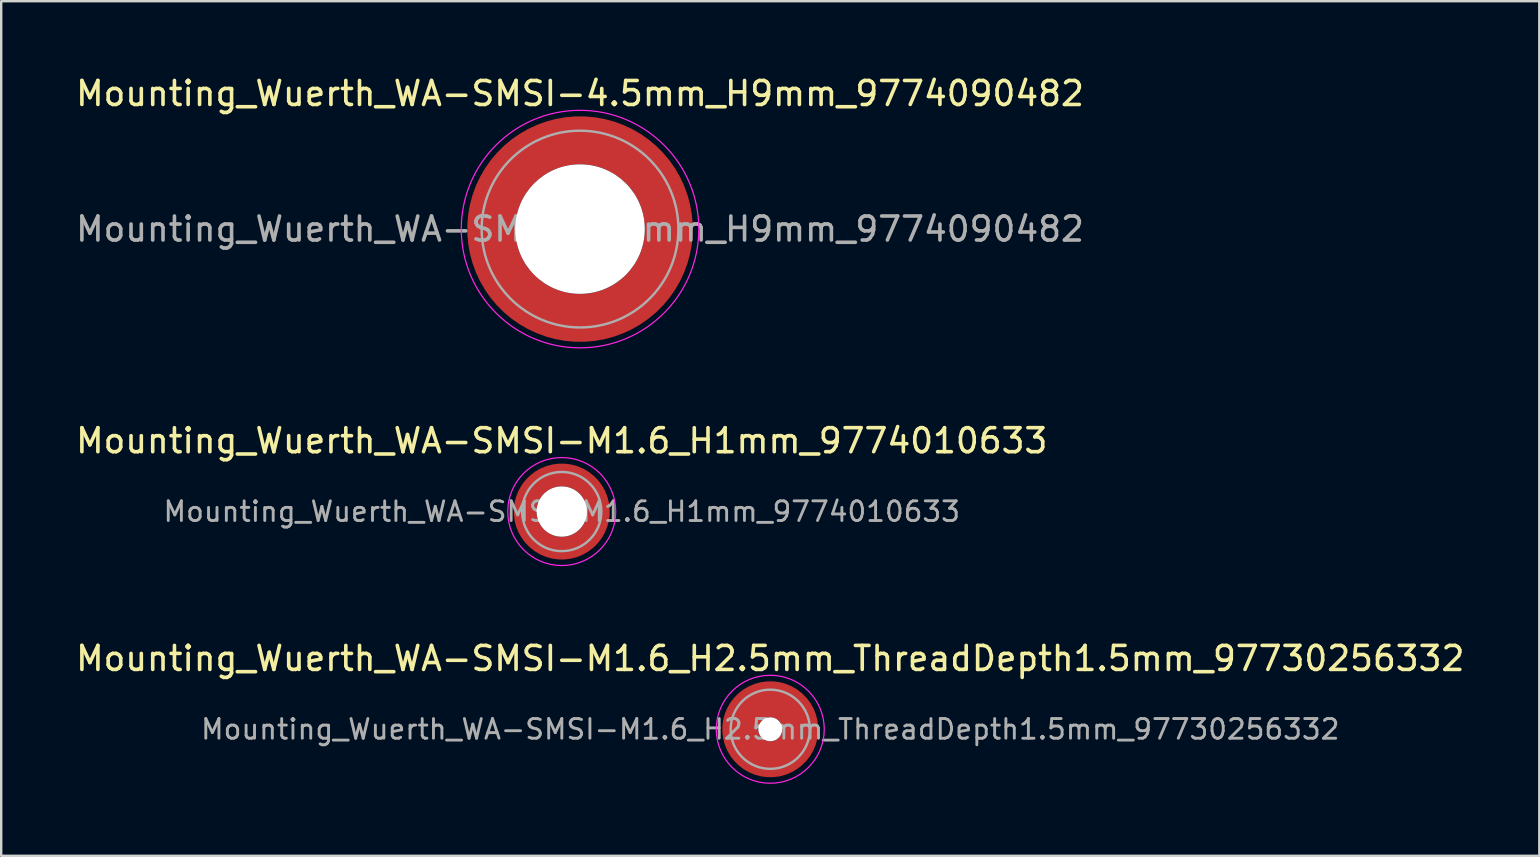
<source format=kicad_pcb>
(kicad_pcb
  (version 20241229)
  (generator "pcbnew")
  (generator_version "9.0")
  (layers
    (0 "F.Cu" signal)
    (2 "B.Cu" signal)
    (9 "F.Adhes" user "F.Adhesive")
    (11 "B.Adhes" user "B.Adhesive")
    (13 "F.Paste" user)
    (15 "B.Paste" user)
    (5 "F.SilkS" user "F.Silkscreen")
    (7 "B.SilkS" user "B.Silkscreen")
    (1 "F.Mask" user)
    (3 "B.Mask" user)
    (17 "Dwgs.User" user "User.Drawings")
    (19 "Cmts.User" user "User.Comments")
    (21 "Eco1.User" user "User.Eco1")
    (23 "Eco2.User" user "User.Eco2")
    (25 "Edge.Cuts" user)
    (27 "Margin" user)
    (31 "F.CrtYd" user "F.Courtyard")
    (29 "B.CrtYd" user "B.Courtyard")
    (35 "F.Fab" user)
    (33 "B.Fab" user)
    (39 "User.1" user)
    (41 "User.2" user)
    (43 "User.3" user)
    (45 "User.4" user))
  (footprint "Mounting_Wuerth_WA-SMSI-M1.6_H2.5mm_ThreadDepth1.5mm_97730256332"
    (layer "F.Cu")
    (at 29.054 27.345)
    (property "Reference" "Mounting_Wuerth_WA-SMSI-M1.6_H2.5mm_ThreadDepth1.5mm_97730256332" (at 0 -2.95 0) (layer "F.SilkS") (effects (font (size 1 1) (thickness 0.15))))
    (attr smd)
    (fp_circle (center 0 0) (end 2.25 0) (stroke (width 0.05) (type solid)) (fill no) (layer "F.CrtYd"))
    (fp_circle (center 0 0) (end 1.65 0) (stroke (width 0.1) (type solid)) (fill no) (layer "F.Fab"))
    (fp_text user "${REFERENCE}" (at 0 0 0) (layer "F.Fab") (effects (font (size 0.82 0.82) (thickness 0.12))))
    (pad "" smd custom (at 0 -1.25) (size 0.9 0.9) (layers "F.Paste") (options (anchor circle)) (primitives (gr_arc (start -0.259808 0.6) (mid -0.00045 0.55) (end 0.258972 0.599667) (width 0.2)) (gr_arc (start -0.466369 0.6) (mid -0.000127 0.45) (end 0.466163 0.599852) (width 0.2)) (gr_arc (start -0.622495 0.6) (mid -0.000185 0.35) (end 0.622228 0.599745) (width 0.2)) (gr_arc (start -0.759934 0.6) (mid -0.000146 0.25) (end 0.759744 0.599777) (width 0.2)) (gr_arc (start -0.887412 0.6) (mid -0.000546 0.15) (end 0.886766 0.599119) (width 0.2)) (gr_arc (start -1.008712 0.6) (mid -0.000059 0.05) (end 1.008648 0.5999) (width 0.2)) (gr_arc (start -1.125833 0.6) (mid -0.001134 -0.049999) (end 1.124697 0.598036) (width 0.2)) (gr_arc (start -1.23996 0.6) (mid -0.00088 -0.15) (end 1.239142 0.598442) (width 0.2)) (gr_arc (start -1.351851 0.6) (mid -0.000542 -0.25) (end 1.351381 0.599023) (width 0.2)) (gr_arc (start -1.462019 0.6) (mid -0.000852 -0.35) (end 1.461326 0.598443) (width 0.2)) (gr_arc (start -1.570828 0.6) (mid -0.000608 -0.45) (end 1.570363 0.598876) (width 0.2)) (gr_arc (start -1.678541 0.6) (mid -0.000991 -0.55) (end 1.677824 0.598152) (width 0.2)) (gr_line (start 0.26 0.6) (end 1.679 0.6) (width 0.2)) (gr_line (start -0.26 0.6) (end -1.679 0.6) (width 0.2))))
    (pad "" np_thru_hole circle (at 0 0) (size 1 1) (drill 1) (layers "*.Cu" "*.Mask"))
    (pad "" smd custom (at 0 1.25) (size 0.9 0.9) (layers "F.Paste") (options (anchor circle)) (primitives (gr_arc (start 0.259808 -0.6) (mid 0.00045 -0.55) (end -0.258972 -0.599667) (width 0.2)) (gr_arc (start 0.466369 -0.6) (mid 0.000127 -0.45) (end -0.466163 -0.599852) (width 0.2)) (gr_arc (start 0.622495 -0.6) (mid 0.000185 -0.35) (end -0.622228 -0.599745) (width 0.2)) (gr_arc (start 0.759934 -0.6) (mid 0.000146 -0.25) (end -0.759744 -0.599777) (width 0.2)) (gr_arc (start 0.887412 -0.6) (mid 0.000546 -0.15) (end -0.886766 -0.599119) (width 0.2)) (gr_arc (start 1.008712 -0.6) (mid 0.000059 -0.05) (end -1.008648 -0.5999) (width 0.2)) (gr_arc (start 1.125833 -0.6) (mid 0.001134 0.049999) (end -1.124697 -0.598036) (width 0.2)) (gr_arc (start 1.23996 -0.6) (mid 0.00088 0.15) (end -1.239142 -0.598442) (width 0.2)) (gr_arc (start 1.351851 -0.6) (mid 0.000542 0.25) (end -1.351381 -0.599023) (width 0.2)) (gr_arc (start 1.462019 -0.6) (mid 0.000852 0.35) (end -1.461326 -0.598443) (width 0.2)) (gr_arc (start 1.570828 -0.6) (mid 0.000608 0.449999) (end -1.570363 -0.598876) (width 0.2)) (gr_arc (start 1.678541 -0.6) (mid 0.000991 0.55) (end -1.677824 -0.598152) (width 0.2)) (gr_line (start -0.26 -0.6) (end -1.679 -0.6) (width 0.2)) (gr_line (start 0.26 -0.6) (end 1.679 -0.6) (width 0.2))))
    (pad "1" smd circle (at -1.25 0) (size 1.1 1.1) (layers "F.Cu"))
    (pad "1" smd circle (at 0 -1.25) (size 1.1 1.1) (layers "F.Cu"))
    (pad "1" smd circle (at 0 1.25) (size 1.1 1.1) (layers "F.Cu"))
    (pad "1" smd custom (at 1.25 0) (size 1.1 1.1) (layers "F.Cu" "F.Mask") (options (anchor circle)) (primitives (gr_circle (center -1.25 0) (end 0 0) (width 1.5) (fill no)))))
  (footprint "Mounting_Wuerth_WA-SMSI-4.5mm_H9mm_9774090482"
    (layer "F.Cu")
    (at 21.125 6.498)
    (property "Reference" "Mounting_Wuerth_WA-SMSI-4.5mm_H9mm_9774090482" (at 0 -5.65 0) (layer "F.SilkS") (effects (font (size 1 1) (thickness 0.15))))
    (attr smd)
    (fp_circle (center 0 0) (end 4.95 0) (stroke (width 0.05) (type solid)) (fill no) (layer "F.CrtYd"))
    (fp_circle (center 0 0) (end 4.1 0) (stroke (width 0.1) (type solid)) (fill no) (layer "F.Fab"))
    (fp_text user "${REFERENCE}" (at 0 0 0) (layer "F.Fab") (effects (font (size 1 1) (thickness 0.15))))
    (pad "" smd custom (at -2.607 -2.607) (size 1.495 1.495) (layers "F.Paste") (options (anchor circle)) (primitives (gr_arc (start -0.188183 2.107456) (mid 0.598928 0.599619) (end 2.106494 -0.188011) (width 0.2)) (gr_arc (start -0.289416 2.107456) (mid 0.528508 0.529033) (end 2.106724 -0.28929) (width 0.2)) (gr_arc (start -0.390547 2.107456) (mid 0.457087 0.459449) (end 2.104161 -0.389996) (width 0.2)) (gr_arc (start -0.491585 2.107456) (mid 0.386415 0.389116) (end 2.103685 -0.490974) (width 0.2)) (gr_arc (start -0.59254 2.107456) (mid 0.31649 0.318035) (end 2.105297 -0.592203) (width 0.2)) (gr_arc (start -0.693419 2.107456) (mid 0.245252 0.248268) (end 2.103239 -0.692777) (width 0.2)) (gr_arc (start -0.794229 2.107456) (mid 0.174636 0.177878) (end 2.102921 -0.793558) (width 0.2)) (gr_arc (start -0.894975 2.107456) (mid 0.104643 0.106867) (end 2.104343 -0.894528) (width 0.2)) (gr_arc (start -0.995664 2.107456) (mid 0.033026 0.037479) (end 2.101219 -0.994793) (width 0.2)) (gr_arc (start -1.0963 2.107456) (mid -0.035789 -0.034713) (end 2.105949 -1.096095) (width 0.2)) (gr_arc (start -1.196886 2.107456) (mid -0.106351 -0.105158) (end 2.105783 -1.196667) (width 0.2)) (gr_arc (start -1.297427 2.107456) (mid -0.176416 -0.176097) (end 2.107009 -1.29737) (width 0.2)) (gr_arc (start -1.397927 2.107456) (mid -0.248476 -0.245042) (end 2.102638 -1.397323) (width 0.2)) (gr_arc (start -1.498388 2.107456) (mid -0.317612 -0.316913) (end 2.106475 -1.498268) (width 0.2)) (gr_arc (start -1.598813 2.107456) (mid -0.388865 -0.386665) (end 2.104366 -1.598444) (width 0.2)) (gr_arc (start -1.699204 2.107456) (mid -0.459747 -0.456787) (end 2.103299 -1.698719) (width 0.2)) (gr_arc (start -1.799565 2.107456) (mid -0.530257 -0.527283) (end 2.103277 -1.799089) (width 0.2)) (gr_arc (start -1.899896 2.107456) (mid -0.600396 -0.59815) (end 2.104299 -1.899545) (width 0.2)) (gr_arc (start -1.899896 2.107456) (mid -0.600396 -0.59815) (end 2.104299 -1.899545) (width 0.2)) (gr_line (start 2.107 -0.188) (end 2.107 -1.9) (width 0.2)) (gr_line (start -0.188 2.107) (end -1.9 2.107) (width 0.2))))
    (pad "" smd custom (at -2.607 2.607) (size 1.495 1.495) (layers "F.Paste") (options (anchor circle)) (primitives (gr_arc (start 2.107456 0.188183) (mid 0.599619 -0.598928) (end -0.188011 -2.106494) (width 0.2)) (gr_arc (start 2.107456 0.289416) (mid 0.529033 -0.528508) (end -0.28929 -2.106724) (width 0.2)) (gr_arc (start 2.107456 0.390547) (mid 0.45945 -0.457087) (end -0.389996 -2.104161) (width 0.2)) (gr_arc (start 2.107456 0.491585) (mid 0.389116 -0.386415) (end -0.490974 -2.103685) (width 0.2)) (gr_arc (start 2.107456 0.59254) (mid 0.318035 -0.31649) (end -0.592203 -2.105297) (width 0.2)) (gr_arc (start 2.107456 0.693419) (mid 0.248268 -0.245252) (end -0.692777 -2.103239) (width 0.2)) (gr_arc (start 2.107456 0.794229) (mid 0.177878 -0.174636) (end -0.793558 -2.102921) (width 0.2)) (gr_arc (start 2.107456 0.894975) (mid 0.106867 -0.104643) (end -0.894528 -2.104343) (width 0.2)) (gr_arc (start 2.107456 0.995664) (mid 0.037479 -0.033026) (end -0.994793 -2.101219) (width 0.2)) (gr_arc (start 2.107456 1.0963) (mid -0.034713 0.035789) (end -1.096095 -2.105949) (width 0.2)) (gr_arc (start 2.107456 1.196886) (mid -0.105158 0.106351) (end -1.196667 -2.105783) (width 0.2)) (gr_arc (start 2.107456 1.297427) (mid -0.176097 0.176416) (end -1.29737 -2.107009) (width 0.2)) (gr_arc (start 2.107456 1.397927) (mid -0.245042 0.248476) (end -1.397323 -2.102638) (width 0.2)) (gr_arc (start 2.107456 1.498388) (mid -0.316913 0.317612) (end -1.498268 -2.106475) (width 0.2)) (gr_arc (start 2.107456 1.598813) (mid -0.386665 0.388865) (end -1.598444 -2.104366) (width 0.2)) (gr_arc (start 2.107456 1.699204) (mid -0.456787 0.459747) (end -1.698719 -2.103299) (width 0.2)) (gr_arc (start 2.107456 1.799565) (mid -0.527283 0.530257) (end -1.799089 -2.103277) (width 0.2)) (gr_arc (start 2.107456 1.899896) (mid -0.59815 0.600396) (end -1.899545 -2.104299) (width 0.2)) (gr_arc (start 2.107456 1.899896) (mid -0.59815 0.600396) (end -1.899545 -2.104299) (width 0.2)) (gr_line (start -0.188 -2.107) (end -1.9 -2.107) (width 0.2)) (gr_line (start 2.107 0.188) (end 2.107 1.9) (width 0.2))))
    (pad "" np_thru_hole circle (at 0 0) (size 5.4 5.4) (drill 5.4) (layers "*.Cu" "*.Mask"))
    (pad "" smd custom (at 2.607 -2.607) (size 1.495 1.495) (layers "F.Paste") (options (anchor circle)) (primitives (gr_arc (start -2.107456 -0.188183) (mid -0.599619 0.598928) (end 0.188011 2.106494) (width 0.2)) (gr_arc (start -2.107456 -0.289416) (mid -0.529033 0.528508) (end 0.28929 2.106724) (width 0.2)) (gr_arc (start -2.107456 -0.390547) (mid -0.459449 0.457087) (end 0.389996 2.104161) (width 0.2)) (gr_arc (start -2.107456 -0.491585) (mid -0.389116 0.386415) (end 0.490974 2.103685) (width 0.2)) (gr_arc (start -2.107456 -0.59254) (mid -0.318035 0.31649) (end 0.592203 2.105297) (width 0.2)) (gr_arc (start -2.107456 -0.693419) (mid -0.248268 0.245252) (end 0.692777 2.103239) (width 0.2)) (gr_arc (start -2.107456 -0.794229) (mid -0.177878 0.174636) (end 0.793558 2.102921) (width 0.2)) (gr_arc (start -2.107456 -0.894975) (mid -0.106867 0.104643) (end 0.894528 2.104343) (width 0.2)) (gr_arc (start -2.107456 -0.995664) (mid -0.037479 0.033026) (end 0.994793 2.101219) (width 0.2)) (gr_arc (start -2.107456 -1.0963) (mid 0.034713 -0.035789) (end 1.096095 2.105949) (width 0.2)) (gr_arc (start -2.107456 -1.196886) (mid 0.105158 -0.106351) (end 1.196667 2.105783) (width 0.2)) (gr_arc (start -2.107456 -1.297427) (mid 0.176097 -0.176416) (end 1.29737 2.107009) (width 0.2)) (gr_arc (start -2.107456 -1.397927) (mid 0.245042 -0.248476) (end 1.397323 2.102638) (width 0.2)) (gr_arc (start -2.107456 -1.498388) (mid 0.316913 -0.317612) (end 1.498268 2.106475) (width 0.2)) (gr_arc (start -2.107456 -1.598813) (mid 0.386665 -0.388865) (end 1.598444 2.104366) (width 0.2)) (gr_arc (start -2.107456 -1.699204) (mid 0.456787 -0.459747) (end 1.698719 2.103299) (width 0.2)) (gr_arc (start -2.107456 -1.799565) (mid 0.527283 -0.530257) (end 1.799089 2.103277) (width 0.2)) (gr_arc (start -2.107456 -1.899896) (mid 0.59815 -0.600396) (end 1.899545 2.104299) (width 0.2)) (gr_arc (start -2.107456 -1.899896) (mid 0.59815 -0.600396) (end 1.899545 2.104299) (width 0.2)) (gr_line (start 0.188 2.107) (end 1.9 2.107) (width 0.2)) (gr_line (start -2.107 -0.188) (end -2.107 -1.9) (width 0.2))))
    (pad "" smd custom (at 2.607 2.607) (size 1.495 1.495) (layers "F.Paste") (options (anchor circle)) (primitives (gr_arc (start 0.188183 -2.107456) (mid -0.598928 -0.599619) (end -2.106494 0.188011) (width 0.2)) (gr_arc (start 0.289416 -2.107456) (mid -0.528508 -0.529033) (end -2.106724 0.28929) (width 0.2)) (gr_arc (start 0.390547 -2.107456) (mid -0.457087 -0.459449) (end -2.104161 0.389996) (width 0.2)) (gr_arc (start 0.491585 -2.107456) (mid -0.386415 -0.389116) (end -2.103685 0.490974) (width 0.2)) (gr_arc (start 0.59254 -2.107456) (mid -0.31649 -0.318035) (end -2.105297 0.592203) (width 0.2)) (gr_arc (start 0.693419 -2.107456) (mid -0.245252 -0.248268) (end -2.103239 0.692777) (width 0.2)) (gr_arc (start 0.794229 -2.107456) (mid -0.174636 -0.177878) (end -2.102921 0.793558) (width 0.2)) (gr_arc (start 0.894975 -2.107456) (mid -0.104643 -0.106867) (end -2.104343 0.894528) (width 0.2)) (gr_arc (start 0.995664 -2.107456) (mid -0.033026 -0.037479) (end -2.101219 0.994793) (width 0.2)) (gr_arc (start 1.0963 -2.107456) (mid 0.035789 0.034713) (end -2.105949 1.096095) (width 0.2)) (gr_arc (start 1.196886 -2.107456) (mid 0.106351 0.105158) (end -2.105783 1.196667) (width 0.2)) (gr_arc (start 1.297427 -2.107456) (mid 0.176416 0.176097) (end -2.107009 1.29737) (width 0.2)) (gr_arc (start 1.397927 -2.107456) (mid 0.248476 0.245042) (end -2.102638 1.397323) (width 0.2)) (gr_arc (start 1.498388 -2.107456) (mid 0.317612 0.316913) (end -2.106475 1.498268) (width 0.2)) (gr_arc (start 1.598813 -2.107456) (mid 0.388865 0.386665) (end -2.104366 1.598444) (width 0.2)) (gr_arc (start 1.699204 -2.107456) (mid 0.459747 0.456787) (end -2.103299 1.698719) (width 0.2)) (gr_arc (start 1.799565 -2.107456) (mid 0.530257 0.527283) (end -2.103277 1.799089) (width 0.2)) (gr_arc (start 1.899896 -2.107456) (mid 0.600396 0.59815) (end -2.104299 1.899545) (width 0.2)) (gr_arc (start 1.899896 -2.107456) (mid 0.600396 0.59815) (end -2.104299 1.899545) (width 0.2)) (gr_line (start -2.107 0.188) (end -2.107 1.9) (width 0.2)) (gr_line (start 0.188 -2.107) (end 1.9 -2.107) (width 0.2))))
    (pad "1" smd circle (at -3.7 0) (size 1.6 1.6) (layers "F.Cu"))
    (pad "1" smd circle (at 0 -3.7) (size 1.6 1.6) (layers "F.Cu"))
    (pad "1" smd circle (at 0 3.7) (size 1.6 1.6) (layers "F.Cu"))
    (pad "1" smd custom (at 3.7 0) (size 1.6 1.6) (layers "F.Cu" "F.Mask") (options (anchor circle)) (primitives (gr_circle (center -3.7 0) (end 0 0) (width 2) (fill no)))))
  (footprint "Mounting_Wuerth_WA-SMSI-M1.6_H1mm_9774010633"
    (layer "F.Cu")
    (at 20.363 18.271)
    (property "Reference" "Mounting_Wuerth_WA-SMSI-M1.6_H1mm_9774010633" (at 0 -2.95 0) (layer "F.SilkS") (effects (font (size 1 1) (thickness 0.15))))
    (attr smd)
    (fp_circle (center 0 0) (end 2.25 0) (stroke (width 0.05) (type solid)) (fill no) (layer "F.CrtYd"))
    (fp_circle (center 0 0) (end 1.65 0) (stroke (width 0.1) (type solid)) (fill no) (layer "F.Fab"))
    (fp_text user "${REFERENCE}" (at 0 0 0) (layer "F.Fab") (effects (font (size 0.82 0.82) (thickness 0.12))))
    (pad "" smd custom (at -1.061 -1.061) (size 0.4 0.4) (layers "F.Paste") (options (anchor circle)) (primitives (gr_arc (start -0.101235 0.76066) (mid 0.211799 0.212465) (end 0.759748 -0.100999) (width 0.2)) (gr_arc (start -0.204251 0.76066) (mid 0.141299 0.141544) (end 0.760323 -0.204171) (width 0.2)) (gr_arc (start -0.306819 0.76066) (mid 0.070255 0.071167) (end 0.759401 -0.306542) (width 0.2)) (gr_arc (start -0.409034 0.76066) (mid -0.000242 0.000241) (end 0.759991 -0.408897) (width 0.2)) (gr_arc (start -0.510963 0.76066) (mid -0.071561 -0.06986) (end 0.758297 -0.51051) (width 0.2)) (gr_arc (start -0.61266 0.76066) (mid -0.142171 -0.140671) (end 0.758572 -0.612284) (width 0.2)) (gr_arc (start -0.714164 0.76066) (mid -0.212264 -0.212) (end 0.760292 -0.714102) (width 0.2)) (gr_line (start 0.761 -0.101) (end 0.761 -0.714) (width 0.2)) (gr_line (start -0.101 0.761) (end -0.714 0.761) (width 0.2))))
    (pad "" smd custom (at -1.061 1.061) (size 0.4 0.4) (layers "F.Paste") (options (anchor circle)) (primitives (gr_arc (start 0.76066 0.101235) (mid 0.212465 -0.211799) (end -0.100999 -0.759748) (width 0.2)) (gr_arc (start 0.76066 0.204251) (mid 0.141544 -0.141299) (end -0.204171 -0.760323) (width 0.2)) (gr_arc (start 0.76066 0.306819) (mid 0.071167 -0.070255) (end -0.306542 -0.759401) (width 0.2)) (gr_arc (start 0.76066 0.409034) (mid 0.000241 0.000242) (end -0.408897 -0.759991) (width 0.2)) (gr_arc (start 0.76066 0.510963) (mid -0.06986 0.071561) (end -0.51051 -0.758297) (width 0.2)) (gr_arc (start 0.76066 0.61266) (mid -0.140671 0.142171) (end -0.612284 -0.758572) (width 0.2)) (gr_arc (start 0.76066 0.714164) (mid -0.212 0.212264) (end -0.714102 -0.760292) (width 0.2)) (gr_line (start -0.101 -0.761) (end -0.714 -0.761) (width 0.2)) (gr_line (start 0.761 0.101) (end 0.761 0.714) (width 0.2))))
    (pad "" np_thru_hole circle (at 0 0) (size 2.1 2.1) (drill 2.1) (layers "*.Cu" "*.Mask"))
    (pad "" smd custom (at 1.061 -1.061) (size 0.4 0.4) (layers "F.Paste") (options (anchor circle)) (primitives (gr_arc (start -0.76066 -0.101235) (mid -0.212465 0.211799) (end 0.100999 0.759748) (width 0.2)) (gr_arc (start -0.76066 -0.204251) (mid -0.141544 0.141299) (end 0.204171 0.760323) (width 0.2)) (gr_arc (start -0.76066 -0.306819) (mid -0.071167 0.070255) (end 0.306542 0.759401) (width 0.2)) (gr_arc (start -0.76066 -0.409034) (mid -0.000241 -0.000242) (end 0.408897 0.759991) (width 0.2)) (gr_arc (start -0.76066 -0.510963) (mid 0.069859 -0.071561) (end 0.510509 0.758297) (width 0.2)) (gr_arc (start -0.76066 -0.61266) (mid 0.140671 -0.142171) (end 0.612284 0.758572) (width 0.2)) (gr_arc (start -0.76066 -0.714164) (mid 0.212 -0.212264) (end 0.714102 0.760292) (width 0.2)) (gr_line (start 0.101 0.761) (end 0.714 0.761) (width 0.2)) (gr_line (start -0.761 -0.101) (end -0.761 -0.714) (width 0.2))))
    (pad "" smd custom (at 1.061 1.061) (size 0.4 0.4) (layers "F.Paste") (options (anchor circle)) (primitives (gr_arc (start 0.101235 -0.76066) (mid -0.211799 -0.212465) (end -0.759748 0.100999) (width 0.2)) (gr_arc (start 0.204251 -0.76066) (mid -0.141299 -0.141544) (end -0.760323 0.204171) (width 0.2)) (gr_arc (start 0.306819 -0.76066) (mid -0.070255 -0.071167) (end -0.759401 0.306542) (width 0.2)) (gr_arc (start 0.409034 -0.76066) (mid 0.000242 -0.000241) (end -0.759991 0.408897) (width 0.2)) (gr_arc (start 0.510963 -0.76066) (mid 0.071561 0.069859) (end -0.758297 0.510509) (width 0.2)) (gr_arc (start 0.61266 -0.76066) (mid 0.142171 0.140671) (end -0.758572 0.612284) (width 0.2)) (gr_arc (start 0.714164 -0.76066) (mid 0.212264 0.212) (end -0.760292 0.714102) (width 0.2)) (gr_line (start -0.761 0.101) (end -0.761 0.714) (width 0.2)) (gr_line (start 0.101 -0.761) (end 0.714 -0.761) (width 0.2))))
    (pad "1" smd circle (at -1.525 0) (size 0.55 0.55) (layers "F.Cu"))
    (pad "1" smd circle (at 0 -1.525) (size 0.55 0.55) (layers "F.Cu"))
    (pad "1" smd circle (at 0 1.525) (size 0.55 0.55) (layers "F.Cu"))
    (pad "1" smd custom (at 1.525 0) (size 0.55 0.55) (layers "F.Cu" "F.Mask") (options (anchor circle)) (primitives (gr_circle (center -1.525 0) (end 0 0) (width 0.95) (fill no)))))
  (gr_rect
    (start -3 -3)
    (end 61.107 32.62)
    (stroke (width 0.1) (type default))
    (fill no)
    (layer "Edge.Cuts")))
</source>
